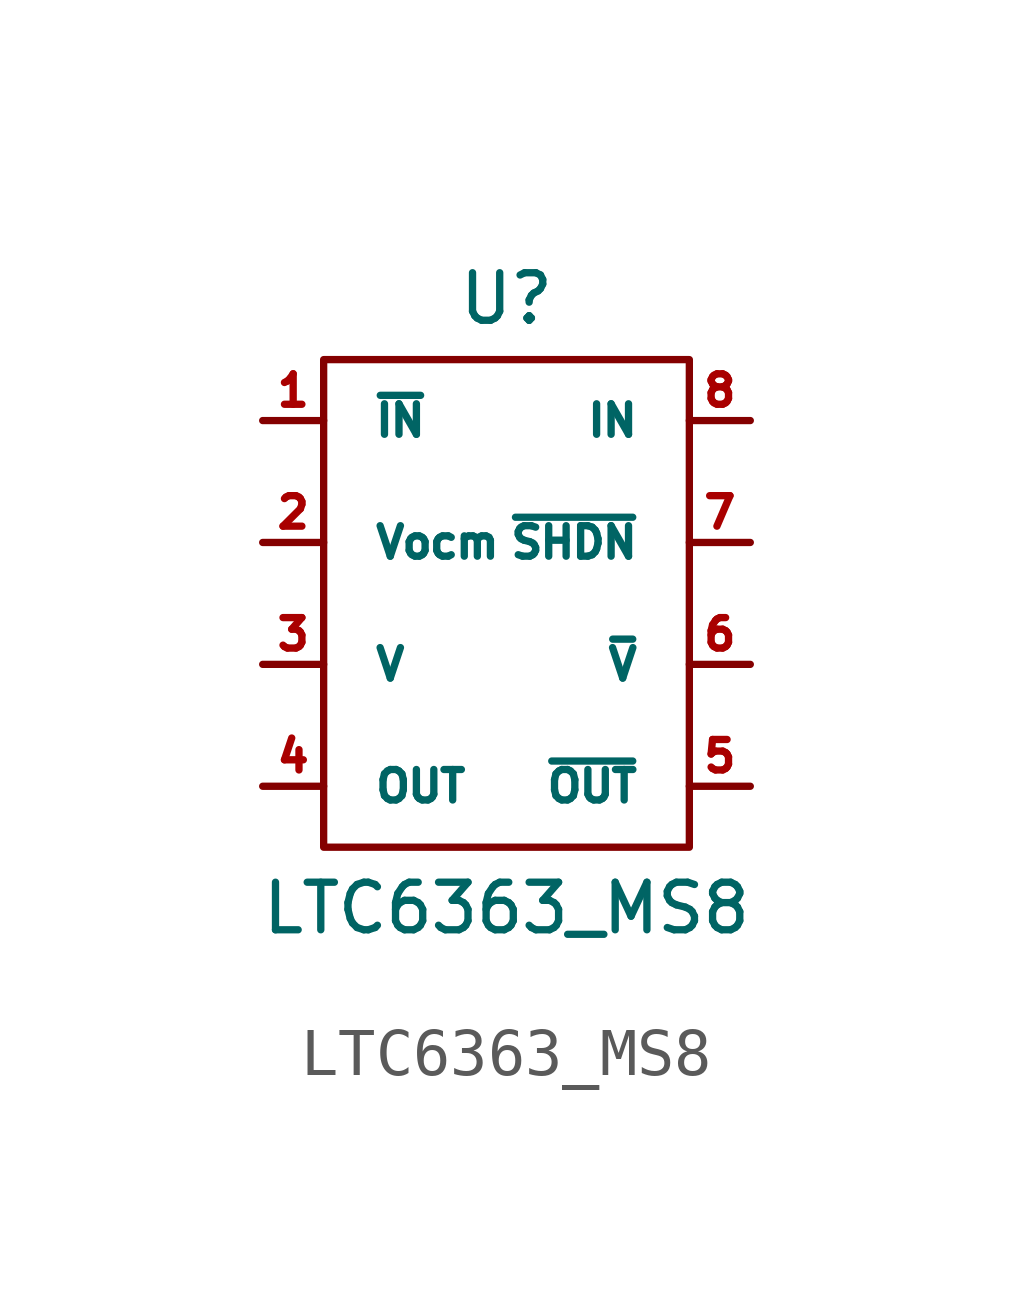
<source format=kicad_sym>
(kicad_symbol_lib
  (version 20220914)
  (generator kicad_symbol_editor)
  (symbol "LTC6363_MS8"
    (pin_names
      (offset 1.016))
    (property "Reference" "U"
      (at 0 6.35 0)
      (effects (font (size 0.991 0.991))))
    (property "Value" "LTC6363_MS8"
      (at 0 -6.35 0)
      (effects (font (size 0.991 0.991))))
    (symbol "LTC6363_MS8_0_1"
      (rectangle (start -3.81 5.08) (end 3.81 -5.08) (stroke (width 0) (type default)) (fill (type none))))
    (symbol "LTC6363_MS8_1_1"
      (pin input line (at -5.08 3.81 0) (length 1.27) (name "~{IN}" (effects (font (size 0.635 0.635)))) (number "1" (effects (font (size 0.635 0.635)))))
      (pin power_in line (at -5.08 1.27 0) (length 1.27) (name "Vocm" (effects (font (size 0.635 0.635)))) (number "2" (effects (font (size 0.635 0.635)))))
      (pin power_in line (at -5.08 -1.27 0) (length 1.27) (name "V" (effects (font (size 0.635 0.635)))) (number "3" (effects (font (size 0.635 0.635)))))
      (pin output line (at -5.08 -3.81 0) (length 1.27) (name "OUT" (effects (font (size 0.635 0.635)))) (number "4" (effects (font (size 0.635 0.635)))))
      (pin output line (at 5.08 -3.81 180) (length 1.27) (name "~{OUT}" (effects (font (size 0.635 0.635)))) (number "5" (effects (font (size 0.635 0.635)))))
      (pin power_in line (at 5.08 -1.27 180) (length 1.27) (name "~{V}" (effects (font (size 0.635 0.635)))) (number "6" (effects (font (size 0.635 0.635)))))
      (pin input line (at 5.08 1.27 180) (length 1.27) (name "~{SHDN}" (effects (font (size 0.635 0.635)))) (number "7" (effects (font (size 0.635 0.635)))))
      (pin input line (at 5.08 3.81 180) (length 1.27) (name "IN" (effects (font (size 0.635 0.635)))) (number "8" (effects (font (size 0.635 0.635))))))))
</source>
